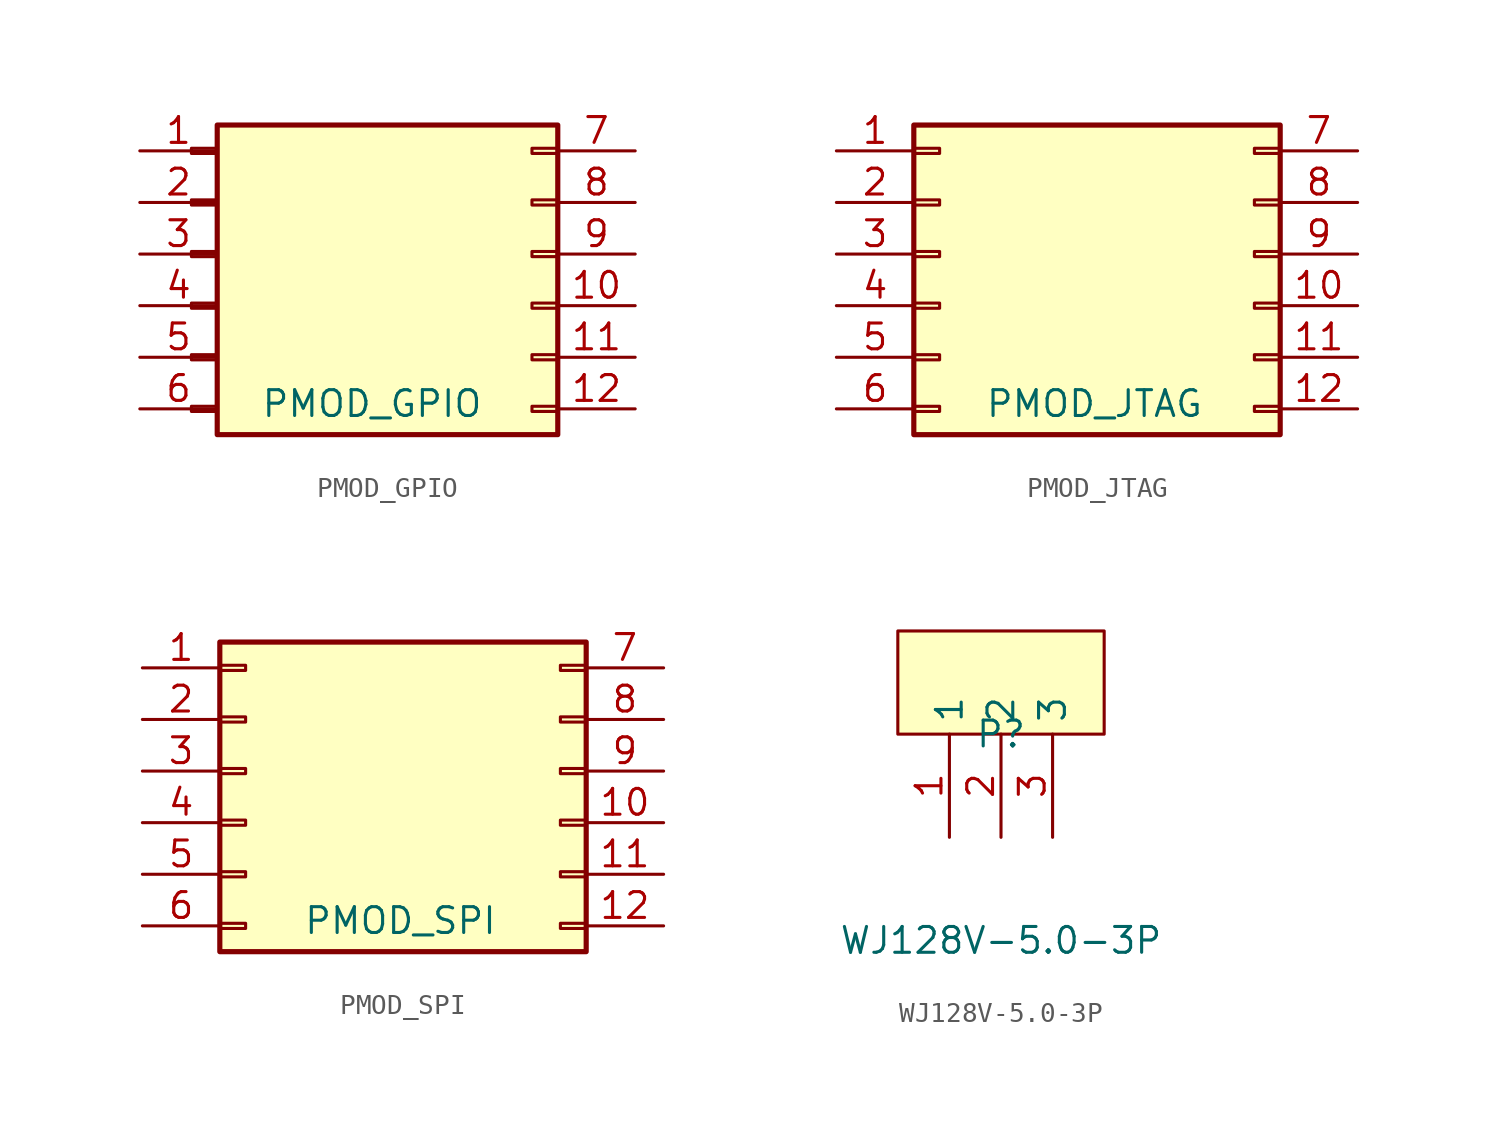
<source format=kicad_sym>
(kicad_symbol_lib
  (version 20241209)
  (generator "kicad_symbol_editor")
  (generator_version "9.0")
  (symbol "PMOD_GPIO"
    (pin_names
      (offset 1.016)
      (hide yes))
    (property "Reference" "J"
      (at 12.7 -0.254 0)
      (effects (font (size 1.27 1.27)) (hide yes)))
    (property "Value" "PMOD_GPIO"
      (at 7.62 -7.366 0)
      (effects (font (size 1.27 1.27))))
    (symbol "PMOD_GPIO_1_1"
      (rectangle (start -1.27 5.207) (end 0 4.953) (stroke (width 0.152) (type default)) (fill (type none)))
      (rectangle (start -1.27 2.667) (end 0 2.413) (stroke (width 0.152) (type default)) (fill (type none)))
      (rectangle (start -1.27 0.127) (end 0 -0.127) (stroke (width 0.152) (type default)) (fill (type none)))
      (rectangle (start -1.27 -2.413) (end 0 -2.667) (stroke (width 0.152) (type default)) (fill (type none)))
      (rectangle (start -1.27 -4.953) (end 0 -5.207) (stroke (width 0.152) (type default)) (fill (type none)))
      (rectangle (start -1.27 -7.493) (end 0 -7.747) (stroke (width 0.152) (type default)) (fill (type none)))
      (rectangle (start 0 6.35) (end 16.764 -8.89) (stroke (width 0.254) (type default)) (fill (type background)))
      (rectangle (start 16.764 5.207) (end 15.494 4.953) (stroke (width 0.152) (type default)) (fill (type none)))
      (rectangle (start 16.764 2.667) (end 15.494 2.413) (stroke (width 0.152) (type default)) (fill (type none)))
      (rectangle (start 16.764 0.127) (end 15.494 -0.127) (stroke (width 0.152) (type default)) (fill (type none)))
      (rectangle (start 16.764 -2.413) (end 15.494 -2.667) (stroke (width 0.152) (type default)) (fill (type none)))
      (rectangle (start 16.764 -4.953) (end 15.494 -5.207) (stroke (width 0.152) (type default)) (fill (type none)))
      (rectangle (start 16.764 -7.493) (end 15.494 -7.747) (stroke (width 0.152) (type default)) (fill (type none)))
      (pin passive line (at -3.81 5.08 0) (length 3.81) (name "IO1/TMS" (effects (font (size 1.27 1.27)))) (number "1" (effects (font (size 1.27 1.27)))))
      (pin passive line (at -3.81 2.54 0) (length 3.81) (name "IO2/TDI" (effects (font (size 1.27 1.27)))) (number "2" (effects (font (size 1.27 1.27)))))
      (pin passive line (at -3.81 0 0) (length 3.81) (name "IO3/TDO" (effects (font (size 1.27 1.27)))) (number "3" (effects (font (size 1.27 1.27)))))
      (pin passive line (at -3.81 -2.54 0) (length 3.81) (name "IO4/TCK" (effects (font (size 1.27 1.27)))) (number "4" (effects (font (size 1.27 1.27)))))
      (pin passive line (at -3.81 -5.08 0) (length 3.81) (name "GND" (effects (font (size 1.27 1.27)))) (number "5" (effects (font (size 1.27 1.27)))))
      (pin passive line (at -3.81 -7.62 0) (length 3.81) (name "Vcc" (effects (font (size 1.27 1.27)))) (number "6" (effects (font (size 1.27 1.27)))))
      (pin passive line (at 20.574 5.08 180) (length 3.81) (name "IO5" (effects (font (size 1.27 1.27)))) (number "7" (effects (font (size 1.27 1.27)))))
      (pin passive line (at 20.574 2.54 180) (length 3.81) (name "IO6" (effects (font (size 1.27 1.27)))) (number "8" (effects (font (size 1.27 1.27)))))
      (pin passive line (at 20.574 0 180) (length 3.81) (name "IO7" (effects (font (size 1.27 1.27)))) (number "9" (effects (font (size 1.27 1.27)))))
      (pin passive line (at 20.574 -2.54 180) (length 3.81) (name "IO8" (effects (font (size 1.27 1.27)))) (number "10" (effects (font (size 1.27 1.27)))))
      (pin passive line (at 20.574 -5.08 180) (length 3.81) (name "GND" (effects (font (size 1.27 1.27)))) (number "11" (effects (font (size 1.27 1.27)))))
      (pin passive line (at 20.574 -7.62 180) (length 3.81) (name "Vcc" (effects (font (size 1.27 1.27)))) (number "12" (effects (font (size 1.27 1.27)))))))
  (symbol "PMOD_JTAG"
    (pin_names
      (offset 1.016)
      (hide yes))
    (property "Reference" "J"
      (at 12.7 -0.254 0)
      (effects (font (size 1.27 1.27)) (hide yes)))
    (property "Value" "PMOD_JTAG"
      (at 7.62 -7.366 0)
      (effects (font (size 1.27 1.27))))
    (symbol "PMOD_JTAG_1_1"
      (rectangle (start -1.27 6.35) (end 16.764 -8.89) (stroke (width 0.254) (type default)) (fill (type background)))
      (rectangle (start -1.27 5.207) (end 0 4.953) (stroke (width 0.152) (type default)) (fill (type none)))
      (rectangle (start -1.27 2.667) (end 0 2.413) (stroke (width 0.152) (type default)) (fill (type none)))
      (rectangle (start -1.27 0.127) (end 0 -0.127) (stroke (width 0.152) (type default)) (fill (type none)))
      (rectangle (start -1.27 -2.413) (end 0 -2.667) (stroke (width 0.152) (type default)) (fill (type none)))
      (rectangle (start -1.27 -4.953) (end 0 -5.207) (stroke (width 0.152) (type default)) (fill (type none)))
      (rectangle (start -1.27 -7.493) (end 0 -7.747) (stroke (width 0.152) (type default)) (fill (type none)))
      (rectangle (start 16.764 5.207) (end 15.494 4.953) (stroke (width 0.152) (type default)) (fill (type none)))
      (rectangle (start 16.764 2.667) (end 15.494 2.413) (stroke (width 0.152) (type default)) (fill (type none)))
      (rectangle (start 16.764 0.127) (end 15.494 -0.127) (stroke (width 0.152) (type default)) (fill (type none)))
      (rectangle (start 16.764 -2.413) (end 15.494 -2.667) (stroke (width 0.152) (type default)) (fill (type none)))
      (rectangle (start 16.764 -4.953) (end 15.494 -5.207) (stroke (width 0.152) (type default)) (fill (type none)))
      (rectangle (start 16.764 -7.493) (end 15.494 -7.747) (stroke (width 0.152) (type default)) (fill (type none)))
      (pin passive line (at -5.08 5.08 0) (length 3.81) (name "IO1/TMS" (effects (font (size 1.27 1.27)))) (number "1" (effects (font (size 1.27 1.27)))))
      (pin passive line (at -5.08 2.54 0) (length 3.81) (name "IO2/TDI" (effects (font (size 1.27 1.27)))) (number "2" (effects (font (size 1.27 1.27)))))
      (pin passive line (at -5.08 0 0) (length 3.81) (name "IO3/TDO" (effects (font (size 1.27 1.27)))) (number "3" (effects (font (size 1.27 1.27)))))
      (pin passive line (at -5.08 -2.54 0) (length 3.81) (name "IO4/TCK" (effects (font (size 1.27 1.27)))) (number "4" (effects (font (size 1.27 1.27)))))
      (pin power_in line (at -5.08 -5.08 0) (length 3.81) (name "GND" (effects (font (size 1.27 1.27)))) (number "5" (effects (font (size 1.27 1.27)))))
      (pin power_in line (at -5.08 -7.62 0) (length 3.81) (name "Vcc" (effects (font (size 1.27 1.27)))) (number "6" (effects (font (size 1.27 1.27)))))
      (pin passive line (at 20.574 5.08 180) (length 3.81) (name "IO5" (effects (font (size 1.27 1.27)))) (number "7" (effects (font (size 1.27 1.27)))))
      (pin passive line (at 20.574 2.54 180) (length 3.81) (name "IO6" (effects (font (size 1.27 1.27)))) (number "8" (effects (font (size 1.27 1.27)))))
      (pin passive line (at 20.574 0 180) (length 3.81) (name "IO7" (effects (font (size 1.27 1.27)))) (number "9" (effects (font (size 1.27 1.27)))))
      (pin passive line (at 20.574 -2.54 180) (length 3.81) (name "IO8" (effects (font (size 1.27 1.27)))) (number "10" (effects (font (size 1.27 1.27)))))
      (pin power_in line (at 20.574 -5.08 180) (length 3.81) (name "GND" (effects (font (size 1.27 1.27)))) (number "11" (effects (font (size 1.27 1.27)))))
      (pin power_in line (at 20.574 -7.62 180) (length 3.81) (name "Vcc" (effects (font (size 1.27 1.27)))) (number "12" (effects (font (size 1.27 1.27)))))))
  (symbol "PMOD_SPI"
    (pin_names
      (offset 1.016)
      (hide yes))
    (property "Reference" "J"
      (at 12.7 -0.254 0)
      (effects (font (size 1.27 1.27)) (hide yes)))
    (property "Value" "PMOD_SPI"
      (at 7.62 -7.366 0)
      (effects (font (size 1.27 1.27))))
    (symbol "PMOD_SPI_1_1"
      (rectangle (start -1.27 6.35) (end 16.764 -8.89) (stroke (width 0.254) (type default)) (fill (type background)))
      (rectangle (start -1.27 5.207) (end 0 4.953) (stroke (width 0.152) (type default)) (fill (type none)))
      (rectangle (start -1.27 2.667) (end 0 2.413) (stroke (width 0.152) (type default)) (fill (type none)))
      (rectangle (start -1.27 0.127) (end 0 -0.127) (stroke (width 0.152) (type default)) (fill (type none)))
      (rectangle (start -1.27 -2.413) (end 0 -2.667) (stroke (width 0.152) (type default)) (fill (type none)))
      (rectangle (start -1.27 -4.953) (end 0 -5.207) (stroke (width 0.152) (type default)) (fill (type none)))
      (rectangle (start -1.27 -7.493) (end 0 -7.747) (stroke (width 0.152) (type default)) (fill (type none)))
      (rectangle (start 16.764 5.207) (end 15.494 4.953) (stroke (width 0.152) (type default)) (fill (type none)))
      (rectangle (start 16.764 2.667) (end 15.494 2.413) (stroke (width 0.152) (type default)) (fill (type none)))
      (rectangle (start 16.764 0.127) (end 15.494 -0.127) (stroke (width 0.152) (type default)) (fill (type none)))
      (rectangle (start 16.764 -2.413) (end 15.494 -2.667) (stroke (width 0.152) (type default)) (fill (type none)))
      (rectangle (start 16.764 -4.953) (end 15.494 -5.207) (stroke (width 0.152) (type default)) (fill (type none)))
      (rectangle (start 16.764 -7.493) (end 15.494 -7.747) (stroke (width 0.152) (type default)) (fill (type none)))
      (pin passive line (at -5.08 5.08 0) (length 3.81) (name "CSn" (effects (font (size 1.27 1.27)))) (number "1" (effects (font (size 1.27 1.27)))))
      (pin passive line (at -5.08 2.54 0) (length 3.81) (name "MOSI/DQ0" (effects (font (size 1.27 1.27)))) (number "2" (effects (font (size 1.27 1.27)))))
      (pin passive line (at -5.08 0 0) (length 3.81) (name "MISO/DQ1" (effects (font (size 1.27 1.27)))) (number "3" (effects (font (size 1.27 1.27)))))
      (pin passive line (at -5.08 -2.54 0) (length 3.81) (name "SCK" (effects (font (size 1.27 1.27)))) (number "4" (effects (font (size 1.27 1.27)))))
      (pin power_in line (at -5.08 -5.08 0) (length 3.81) (name "GND" (effects (font (size 1.27 1.27)))) (number "5" (effects (font (size 1.27 1.27)))))
      (pin power_in line (at -5.08 -7.62 0) (length 3.81) (name "Vcc" (effects (font (size 1.27 1.27)))) (number "6" (effects (font (size 1.27 1.27)))))
      (pin passive line (at 20.574 5.08 180) (length 3.81) (name "IO1" (effects (font (size 1.27 1.27)))) (number "7" (effects (font (size 1.27 1.27)))))
      (pin passive line (at 20.574 2.54 180) (length 3.81) (name "IO2" (effects (font (size 1.27 1.27)))) (number "8" (effects (font (size 1.27 1.27)))))
      (pin passive line (at 20.574 0 180) (length 3.81) (name "W/DQ2" (effects (font (size 1.27 1.27)))) (number "9" (effects (font (size 1.27 1.27)))))
      (pin passive line (at 20.574 -2.54 180) (length 3.81) (name "HLD/DQ3" (effects (font (size 1.27 1.27)))) (number "10" (effects (font (size 1.27 1.27)))))
      (pin power_in line (at 20.574 -5.08 180) (length 3.81) (name "GND" (effects (font (size 1.27 1.27)))) (number "11" (effects (font (size 1.27 1.27)))))
      (pin power_in line (at 20.574 -7.62 180) (length 3.81) (name "Vcc" (effects (font (size 1.27 1.27)))) (number "12" (effects (font (size 1.27 1.27)))))))
  (symbol "WJ128V-5.0-3P"
    (property "Reference" "P"
      (at 0 0 0)
      (effects (font (size 1.27 1.27))))
    (property "Value" "WJ128V-5.0-3P"
      (at 0 -10.16 0)
      (effects (font (size 1.27 1.27))))
    (symbol "WJ128V-5.0-3P_0_1"
      (rectangle (start -5.08 5.08) (end 5.08 0) (stroke (width 0) (type default)) (fill (type background))))
    (symbol "WJ128V-5.0-3P_1_1"
      (pin passive line (at -2.54 -5.08 90) (length 5.08) (name "1" (effects (font (size 1.27 1.27)))) (number "1" (effects (font (size 1.27 1.27)))))
      (pin passive line (at 0 -5.08 90) (length 5.08) (name "2" (effects (font (size 1.27 1.27)))) (number "2" (effects (font (size 1.27 1.27)))))
      (pin passive line (at 2.54 -5.08 90) (length 5.08) (name "3" (effects (font (size 1.27 1.27)))) (number "3" (effects (font (size 1.27 1.27))))))))
</source>
